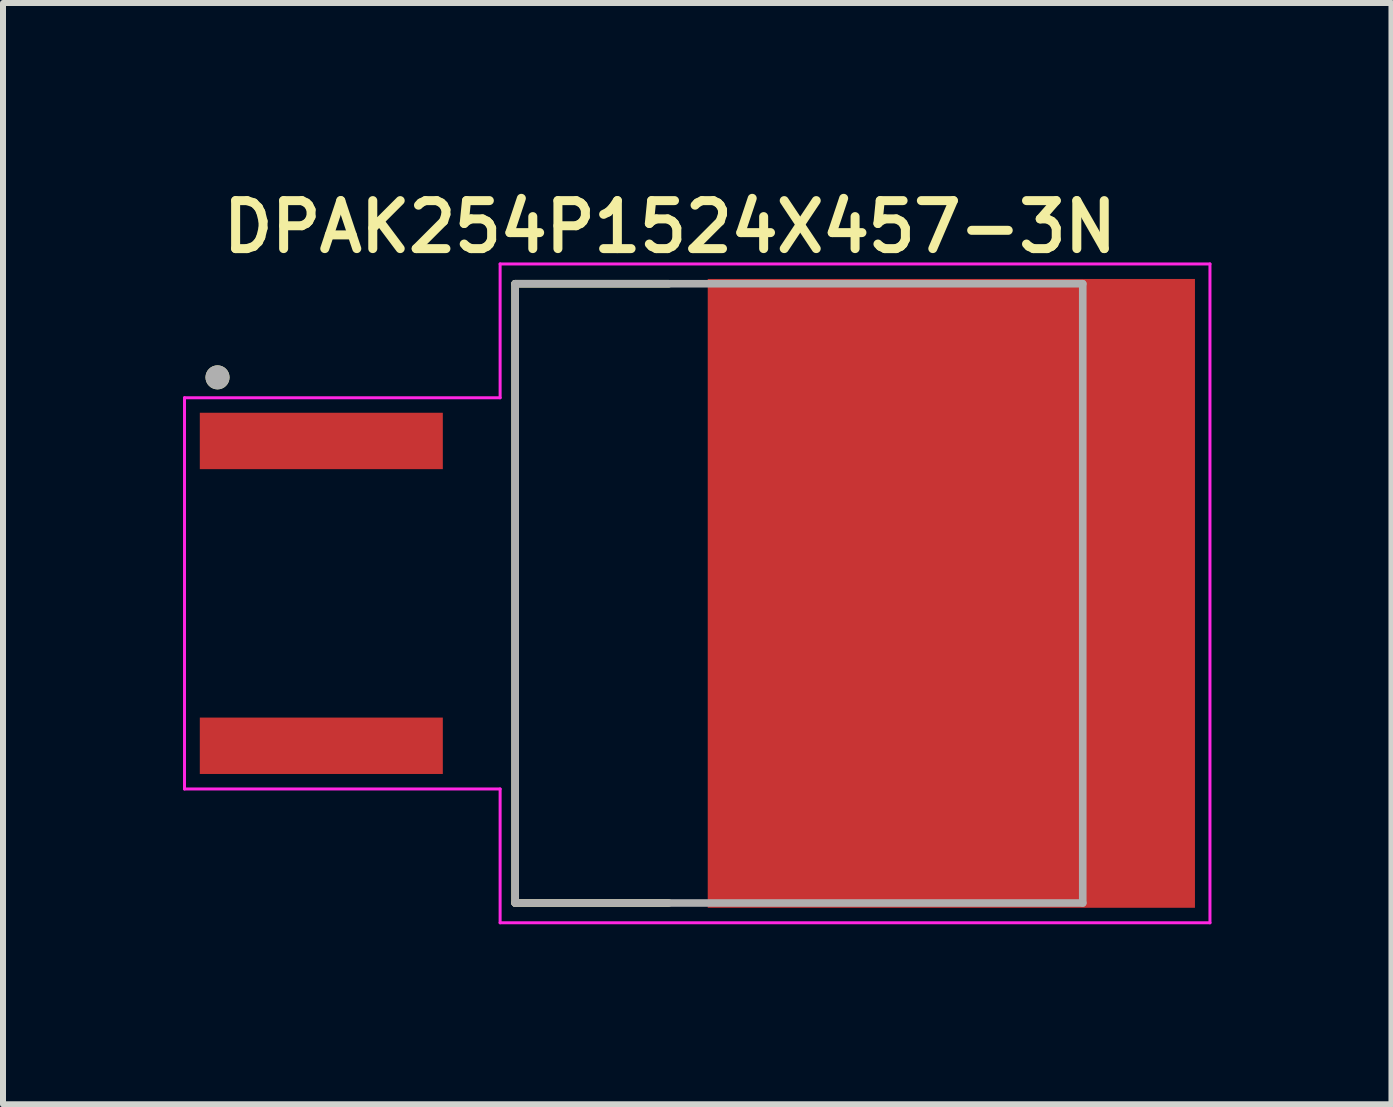
<source format=kicad_pcb>
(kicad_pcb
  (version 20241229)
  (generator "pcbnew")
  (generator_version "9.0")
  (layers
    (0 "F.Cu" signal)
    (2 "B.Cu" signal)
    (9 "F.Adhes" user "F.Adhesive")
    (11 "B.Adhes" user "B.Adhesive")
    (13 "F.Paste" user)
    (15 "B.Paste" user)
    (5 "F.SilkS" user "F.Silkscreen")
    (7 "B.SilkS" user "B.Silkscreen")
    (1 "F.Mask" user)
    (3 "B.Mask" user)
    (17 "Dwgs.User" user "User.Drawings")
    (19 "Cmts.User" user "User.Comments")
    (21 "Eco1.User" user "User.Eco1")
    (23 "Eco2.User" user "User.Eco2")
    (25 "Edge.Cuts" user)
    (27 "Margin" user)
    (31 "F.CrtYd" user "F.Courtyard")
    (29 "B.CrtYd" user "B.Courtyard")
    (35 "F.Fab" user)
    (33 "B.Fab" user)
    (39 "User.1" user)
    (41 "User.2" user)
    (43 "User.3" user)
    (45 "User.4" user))
  (footprint "DPAK254P1524X457-3N"
    (layer "F.Cu")
    (at 8.575 6.839)
    (property "Reference" "DPAK254P1524X457-3N" (at -0.46 -6.108 0) (layer "F.SilkS") (effects (font (size 0.8 0.8) (thickness 0.15))))
    (attr smd)
    (fp_line (start -3.04 -5.16) (end -3.04 5.16) (stroke (width 0.127) (type solid)) (layer "F.SilkS"))
    (fp_line (start -3.04 5.16) (end -0.48 5.16) (stroke (width 0.127) (type solid)) (layer "F.SilkS"))
    (fp_line (start -0.48 -5.16) (end -3.04 -5.16) (stroke (width 0.127) (type solid)) (layer "F.SilkS"))
    (fp_circle (center -8 -3.6) (end -7.9 -3.6) (stroke (width 0.2) (type solid)) (fill no) (layer "F.SilkS"))
    (fp_poly (pts (xy 0.725 -4.915) (xy 2.315 -4.915) (xy 2.315 -3.485) (xy 0.725 -3.485)) (stroke (width 0.01) (type solid)) (fill yes) (layer "F.Paste"))
    (fp_poly (pts (xy 0.725 -2.815) (xy 2.315 -2.815) (xy 2.315 -1.385) (xy 0.725 -1.385)) (stroke (width 0.01) (type solid)) (fill yes) (layer "F.Paste"))
    (fp_poly (pts (xy 0.725 -0.715) (xy 2.315 -0.715) (xy 2.315 0.715) (xy 0.725 0.715)) (stroke (width 0.01) (type solid)) (fill yes) (layer "F.Paste"))
    (fp_poly (pts (xy 0.725 1.385) (xy 2.315 1.385) (xy 2.315 2.815) (xy 0.725 2.815)) (stroke (width 0.01) (type solid)) (fill yes) (layer "F.Paste"))
    (fp_poly (pts (xy 0.725 3.485) (xy 2.315 3.485) (xy 2.315 4.915) (xy 0.725 4.915)) (stroke (width 0.01) (type solid)) (fill yes) (layer "F.Paste"))
    (fp_poly (pts (xy 3.435 -4.915) (xy 5.025 -4.915) (xy 5.025 -3.485) (xy 3.435 -3.485)) (stroke (width 0.01) (type solid)) (fill yes) (layer "F.Paste"))
    (fp_poly (pts (xy 3.435 -2.815) (xy 5.025 -2.815) (xy 5.025 -1.385) (xy 3.435 -1.385)) (stroke (width 0.01) (type solid)) (fill yes) (layer "F.Paste"))
    (fp_poly (pts (xy 3.435 -0.715) (xy 5.025 -0.715) (xy 5.025 0.715) (xy 3.435 0.715)) (stroke (width 0.01) (type solid)) (fill yes) (layer "F.Paste"))
    (fp_poly (pts (xy 3.435 1.385) (xy 5.025 1.385) (xy 5.025 2.815) (xy 3.435 2.815)) (stroke (width 0.01) (type solid)) (fill yes) (layer "F.Paste"))
    (fp_poly (pts (xy 3.435 3.485) (xy 5.025 3.485) (xy 5.025 4.915) (xy 3.435 4.915)) (stroke (width 0.01) (type solid)) (fill yes) (layer "F.Paste"))
    (fp_poly (pts (xy 6.145 -4.915) (xy 7.735 -4.915) (xy 7.735 -3.485) (xy 6.145 -3.485)) (stroke (width 0.01) (type solid)) (fill yes) (layer "F.Paste"))
    (fp_poly (pts (xy 6.145 -2.815) (xy 7.735 -2.815) (xy 7.735 -1.385) (xy 6.145 -1.385)) (stroke (width 0.01) (type solid)) (fill yes) (layer "F.Paste"))
    (fp_poly (pts (xy 6.145 -0.715) (xy 7.735 -0.715) (xy 7.735 0.715) (xy 6.145 0.715)) (stroke (width 0.01) (type solid)) (fill yes) (layer "F.Paste"))
    (fp_poly (pts (xy 6.145 1.385) (xy 7.735 1.385) (xy 7.735 2.815) (xy 6.145 2.815)) (stroke (width 0.01) (type solid)) (fill yes) (layer "F.Paste"))
    (fp_poly (pts (xy 6.145 3.485) (xy 7.735 3.485) (xy 7.735 4.915) (xy 6.145 4.915)) (stroke (width 0.01) (type solid)) (fill yes) (layer "F.Paste"))
    (fp_line (start -8.55 -3.26) (end -8.55 3.26) (stroke (width 0.05) (type solid)) (layer "F.CrtYd"))
    (fp_line (start -8.55 3.26) (end -3.29 3.26) (stroke (width 0.05) (type solid)) (layer "F.CrtYd"))
    (fp_line (start -3.29 -5.49) (end -3.29 -3.26) (stroke (width 0.05) (type solid)) (layer "F.CrtYd"))
    (fp_line (start -3.29 -3.26) (end -8.55 -3.26) (stroke (width 0.05) (type solid)) (layer "F.CrtYd"))
    (fp_line (start -3.29 3.26) (end -3.29 5.49) (stroke (width 0.05) (type solid)) (layer "F.CrtYd"))
    (fp_line (start -3.29 5.49) (end 8.54 5.49) (stroke (width 0.05) (type solid)) (layer "F.CrtYd"))
    (fp_line (start 8.54 -5.49) (end -3.29 -5.49) (stroke (width 0.05) (type solid)) (layer "F.CrtYd"))
    (fp_line (start 8.54 5.49) (end 8.54 -5.49) (stroke (width 0.05) (type solid)) (layer "F.CrtYd"))
    (fp_line (start -3.04 -5.16) (end -3.04 5.16) (stroke (width 0.127) (type solid)) (layer "F.Fab"))
    (fp_line (start -3.04 5.16) (end 6.42 5.16) (stroke (width 0.127) (type solid)) (layer "F.Fab"))
    (fp_line (start 6.42 -5.16) (end -3.04 -5.16) (stroke (width 0.127) (type solid)) (layer "F.Fab"))
    (fp_line (start 6.42 5.16) (end 6.42 -5.16) (stroke (width 0.127) (type solid)) (layer "F.Fab"))
    (fp_circle (center -8 -3.6) (end -7.9 -3.6) (stroke (width 0.2) (type solid)) (fill no) (layer "F.Fab"))
    (pad "1" smd rect (at -6.27 -2.54) (size 4.05 0.94) (layers "F.Cu" "F.Mask" "F.Paste"))
    (pad "2" smd rect (at 4.23 0) (size 8.12 10.48) (layers "F.Cu" "F.Mask"))
    (pad "3" smd rect (at -6.27 2.54) (size 4.05 0.94) (layers "F.Cu" "F.Mask" "F.Paste")))
  (gr_rect
    (start -3 -3)
    (end 20.14 15.354)
    (stroke (width 0.1) (type default))
    (fill no)
    (layer "Edge.Cuts")))
</source>
